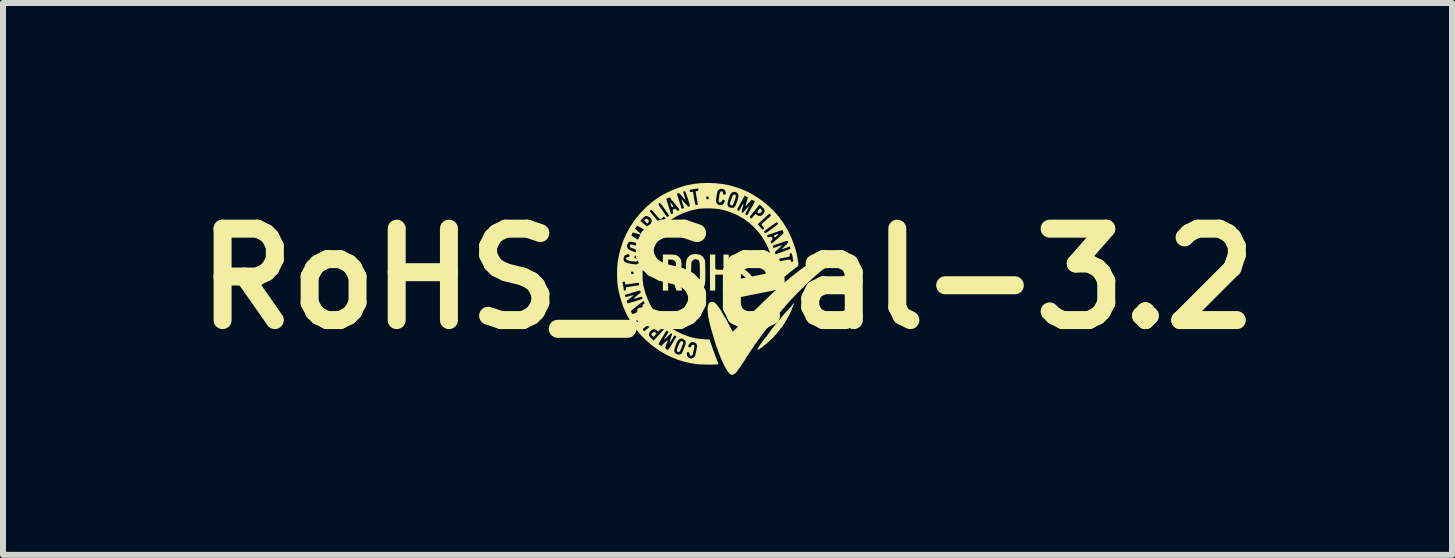
<source format=kicad_pcb>
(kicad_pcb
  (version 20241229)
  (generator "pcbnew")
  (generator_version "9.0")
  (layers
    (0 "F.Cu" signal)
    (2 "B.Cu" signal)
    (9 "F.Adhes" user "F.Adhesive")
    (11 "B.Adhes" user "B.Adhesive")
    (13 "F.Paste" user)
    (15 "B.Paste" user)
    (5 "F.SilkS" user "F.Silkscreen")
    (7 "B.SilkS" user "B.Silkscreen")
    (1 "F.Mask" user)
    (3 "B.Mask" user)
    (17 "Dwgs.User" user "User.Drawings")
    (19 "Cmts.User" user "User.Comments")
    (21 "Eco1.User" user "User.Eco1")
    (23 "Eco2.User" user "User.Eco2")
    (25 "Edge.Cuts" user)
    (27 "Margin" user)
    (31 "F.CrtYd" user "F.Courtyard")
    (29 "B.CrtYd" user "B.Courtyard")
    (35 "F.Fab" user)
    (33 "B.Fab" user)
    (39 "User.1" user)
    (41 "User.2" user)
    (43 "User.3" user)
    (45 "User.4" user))
  (footprint "RoHS_Seal-3.2"
    (layer "F.Cu")
    (at 9.079 1.597)
    (property "Reference" "RoHS_Seal-3.2" (at 0 0 0) (layer "F.SilkS") (effects (font (size 1.524 1.524) (thickness 0.3))))
    (attr board_only exclude_from_pos_files exclude_from_bom)
    (fp_poly (pts (xy -1.522 0.529) (xy -1.525 0.532) (xy -1.529 0.529) (xy -1.525 0.525)) (stroke (width 0) (type solid)) (fill yes) (layer "F.SilkS"))
    (fp_poly (pts (xy 0.485 1.204) (xy 0.481 1.208) (xy 0.478 1.204) (xy 0.481 1.201)) (stroke (width 0) (type solid)) (fill yes) (layer "F.SilkS"))
    (fp_poly (pts (xy -1.452 0.482) (xy -1.447 0.492) (xy -1.447 0.494) (xy -1.453 0.504) (xy -1.468 0.512) (xy -1.488 0.518) (xy -1.5 0.519) (xy -1.512 0.518) (xy -1.512 0.514) (xy -1.504 0.506) (xy -1.483 0.49) (xy -1.465 0.481)) (stroke (width 0) (type solid)) (fill yes) (layer "F.SilkS"))
    (fp_poly (pts (xy -0.949 -1.265) (xy -0.942 -1.259) (xy -0.927 -1.243) (xy -0.913 -1.226) (xy -0.904 -1.212) (xy -0.904 -1.204) (xy -0.908 -1.2) (xy -0.923 -1.195) (xy -0.933 -1.2) (xy -0.941 -1.218) (xy -0.942 -1.222) (xy -0.948 -1.242) (xy -0.953 -1.259) (xy -0.954 -1.261) (xy -0.955 -1.268)) (stroke (width 0) (type solid)) (fill yes) (layer "F.SilkS"))
    (fp_poly (pts (xy 0.846 -0.739) (xy 0.837 -0.727) (xy 0.825 -0.717) (xy 0.808 -0.702) (xy 0.795 -0.692) (xy 0.79 -0.689) (xy 0.784 -0.695) (xy 0.778 -0.703) (xy 0.773 -0.713) (xy 0.773 -0.718) (xy 0.78 -0.723) (xy 0.797 -0.73) (xy 0.804 -0.733) (xy 0.829 -0.741) (xy 0.844 -0.744)) (stroke (width 0) (type solid)) (fill yes) (layer "F.SilkS"))
    (fp_poly (pts (xy -1.198 0.899) (xy -1.183 0.911) (xy -1.208 0.94) (xy -1.223 0.956) (xy -1.233 0.966) (xy -1.237 0.969) (xy -1.244 0.964) (xy -1.254 0.953) (xy -1.255 0.951) (xy -1.265 0.937) (xy -1.269 0.928) (xy -1.269 0.928) (xy -1.265 0.92) (xy -1.256 0.906) (xy -1.255 0.905) (xy -1.237 0.89) (xy -1.218 0.889)) (stroke (width 0) (type solid)) (fill yes) (layer "F.SilkS"))
    (fp_poly (pts (xy 0.559 -1.16) (xy 0.571 -1.14) (xy 0.571 -1.123) (xy 0.559 -1.107) (xy 0.541 -1.095) (xy 0.522 -1.093) (xy 0.506 -1.1) (xy 0.5 -1.11) (xy 0.501 -1.121) (xy 0.51 -1.137) (xy 0.516 -1.143) (xy 0.56 -1.143) (xy 0.563 -1.14) (xy 0.566 -1.143) (xy 0.563 -1.146) (xy 0.56 -1.143) (xy 0.516 -1.143) (xy 0.522 -1.15) (xy 0.545 -1.176)) (stroke (width 0) (type solid)) (fill yes) (layer "F.SilkS"))
    (fp_poly (pts (xy -1.339 -0.998) (xy -1.325 -0.986) (xy -1.314 -0.972) (xy -1.31 -0.962) (xy -1.314 -0.949) (xy -1.322 -0.935) (xy -1.332 -0.924) (xy -1.337 -0.921) (xy -1.344 -0.926) (xy -1.356 -0.938) (xy -1.366 -0.948) (xy -1.376 -0.959) (xy -1.338 -0.959) (xy -1.334 -0.955) (xy -1.331 -0.959) (xy -1.334 -0.962) (xy -1.338 -0.959) (xy -1.376 -0.959) (xy -1.392 -0.975) (xy -1.374 -0.989) (xy -1.36 -0.999) (xy -1.352 -1.003) (xy -1.351 -1.003)) (stroke (width 0) (type solid)) (fill yes) (layer "F.SilkS"))
    (fp_poly (pts (xy -0.205 -0.281) (xy -0.205 -0.236) (xy -0.204 -0.204) (xy -0.203 -0.181) (xy -0.201 -0.167) (xy -0.198 -0.158) (xy -0.195 -0.155) (xy -0.194 -0.154) (xy -0.182 -0.152) (xy -0.161 -0.151) (xy -0.134 -0.15) (xy -0.126 -0.15) (xy -0.068 -0.15) (xy -0.068 -0.403) (xy 0.02 -0.403) (xy 0.02 0.198) (xy -0.068 0.198) (xy -0.068 -0.068) (xy -0.205 -0.068) (xy -0.205 0.198) (xy -0.293 0.198) (xy -0.293 -0.403) (xy -0.205 -0.403)) (stroke (width 0) (type solid)) (fill yes) (layer "F.SilkS"))
    (fp_poly (pts (xy 0.128 -1.401) (xy 0.136 -1.393) (xy 0.139 -1.379) (xy 0.135 -1.357) (xy 0.126 -1.325) (xy 0.119 -1.304) (xy 0.108 -1.272) (xy 0.098 -1.247) (xy 0.089 -1.231) (xy 0.084 -1.226) (xy 0.064 -1.222) (xy 0.049 -1.23) (xy 0.049 -1.23) (xy 0.042 -1.246) (xy 0.043 -1.269) (xy 0.051 -1.292) (xy 0.059 -1.314) (xy 0.068 -1.338) (xy 0.069 -1.341) (xy 0.079 -1.372) (xy 0.09 -1.392) (xy 0.101 -1.402) (xy 0.113 -1.404)) (stroke (width 0) (type solid)) (fill yes) (layer "F.SilkS"))
    (fp_poly (pts (xy -1.583 -0.568) (xy -1.551 -0.558) (xy -1.535 -0.552) (xy -1.501 -0.54) (xy -1.477 -0.53) (xy -1.463 -0.521) (xy -1.456 -0.513) (xy -1.455 -0.503) (xy -1.457 -0.493) (xy -1.464 -0.476) (xy -1.479 -0.471) (xy -1.501 -0.476) (xy -1.514 -0.481) (xy -1.533 -0.488) (xy -1.535 -0.489) (xy -1.561 -0.5) (xy -1.579 -0.507) (xy -1.592 -0.512) (xy -1.604 -0.516) (xy -1.607 -0.517) (xy -1.621 -0.523) (xy -1.627 -0.534) (xy -1.628 -0.547) (xy -1.627 -0.55) (xy -1.601 -0.55) (xy -1.6 -0.546) (xy -1.597 -0.546) (xy -1.591 -0.548) (xy -1.592 -0.55) (xy -1.6 -0.551) (xy -1.601 -0.55) (xy -1.627 -0.55) (xy -1.626 -0.561) (xy -1.619 -0.569) (xy -1.605 -0.572)) (stroke (width 0) (type solid)) (fill yes) (layer "F.SilkS"))
    (fp_poly (pts (xy -0.758 1.04) (xy -0.748 1.046) (xy -0.747 1.051) (xy -0.746 1.058) (xy -0.743 1.059) (xy -0.74 1.066) (xy -0.742 1.081) (xy -0.746 1.098) (xy -0.753 1.112) (xy -0.759 1.119) (xy -0.76 1.119) (xy -0.763 1.122) (xy -0.762 1.123) (xy -0.762 1.132) (xy -0.766 1.147) (xy -0.773 1.165) (xy -0.781 1.181) (xy -0.788 1.189) (xy -0.791 1.194) (xy -0.79 1.194) (xy -0.788 1.199) (xy -0.792 1.208) (xy -0.804 1.219) (xy -0.821 1.221) (xy -0.837 1.214) (xy -0.838 1.213) (xy -0.844 1.205) (xy -0.845 1.194) (xy -0.842 1.177) (xy -0.834 1.153) (xy -0.822 1.121) (xy -0.806 1.084) (xy -0.793 1.059) (xy -0.78 1.045) (xy -0.768 1.039)) (stroke (width 0) (type solid)) (fill yes) (layer "F.SilkS"))
    (fp_poly (pts (xy -0.932 -0.402) (xy -0.895 -0.4) (xy -0.867 -0.396) (xy -0.846 -0.388) (xy -0.828 -0.378) (xy -0.81 -0.364) (xy -0.81 -0.363) (xy -0.791 -0.342) (xy -0.779 -0.32) (xy -0.772 -0.293) (xy -0.768 -0.258) (xy -0.768 -0.229) (xy -0.769 -0.188) (xy -0.773 -0.158) (xy -0.782 -0.135) (xy -0.796 -0.116) (xy -0.816 -0.097) (xy -0.817 -0.096) (xy -0.842 -0.076) (xy -0.8 0.056) (xy -0.787 0.096) (xy -0.776 0.132) (xy -0.767 0.161) (xy -0.76 0.182) (xy -0.758 0.192) (xy -0.757 0.193) (xy -0.764 0.195) (xy -0.78 0.197) (xy -0.803 0.198) (xy -0.805 0.198) (xy -0.852 0.198) (xy -0.881 0.107) (xy -0.896 0.057) (xy -0.909 0.018) (xy -0.919 -0.011) (xy -0.927 -0.03) (xy -0.933 -0.043) (xy -0.937 -0.049) (xy -0.938 -0.049) (xy -0.949 -0.053) (xy -0.967 -0.054) (xy -0.967 -0.054) (xy -0.99 -0.055) (xy -0.99 0.198) (xy -1.078 0.198) (xy -1.078 -0.322) (xy -0.99 -0.322) (xy -0.99 -0.136) (xy -0.952 -0.136) (xy -0.927 -0.138) (xy -0.904 -0.143) (xy -0.895 -0.146) (xy -0.877 -0.161) (xy -0.865 -0.184) (xy -0.86 -0.216) (xy -0.86 -0.232) (xy -0.861 -0.257) (xy -0.865 -0.274) (xy -0.874 -0.288) (xy -0.879 -0.295) (xy -0.892 -0.307) (xy -0.904 -0.314) (xy -0.922 -0.318) (xy -0.944 -0.319) (xy -0.99 -0.322) (xy -1.078 -0.322) (xy -1.078 -0.403) (xy -0.979 -0.403)) (stroke (width 0) (type solid)) (fill yes) (layer "F.SilkS"))
    (fp_poly (pts (xy 0.312 -0.406) (xy 0.352 -0.387) (xy 0.385 -0.356) (xy 0.411 -0.315) (xy 0.419 -0.295) (xy 0.425 -0.277) (xy 0.426 -0.267) (xy 0.421 -0.263) (xy 0.418 -0.262) (xy 0.402 -0.257) (xy 0.389 -0.252) (xy 0.362 -0.245) (xy 0.345 -0.245) (xy 0.337 -0.253) (xy 0.336 -0.258) (xy 0.33 -0.272) (xy 0.317 -0.29) (xy 0.308 -0.301) (xy 0.282 -0.321) (xy 0.258 -0.328) (xy 0.235 -0.321) (xy 0.222 -0.312) (xy 0.205 -0.292) (xy 0.199 -0.27) (xy 0.204 -0.245) (xy 0.221 -0.217) (xy 0.25 -0.186) (xy 0.29 -0.15) (xy 0.301 -0.14) (xy 0.34 -0.109) (xy 0.368 -0.084) (xy 0.389 -0.061) (xy 0.404 -0.041) (xy 0.415 -0.02) (xy 0.42 -0.007) (xy 0.427 0.026) (xy 0.429 0.063) (xy 0.426 0.097) (xy 0.419 0.12) (xy 0.401 0.146) (xy 0.376 0.171) (xy 0.348 0.19) (xy 0.33 0.197) (xy 0.31 0.201) (xy 0.284 0.203) (xy 0.257 0.204) (xy 0.234 0.203) (xy 0.222 0.201) (xy 0.21 0.198) (xy 0.196 0.195) (xy 0.17 0.183) (xy 0.144 0.161) (xy 0.121 0.132) (xy 0.103 0.098) (xy 0.092 0.064) (xy 0.091 0.06) (xy 0.087 0.036) (xy 0.125 0.025) (xy 0.151 0.017) (xy 0.167 0.015) (xy 0.174 0.016) (xy 0.177 0.023) (xy 0.177 0.028) (xy 0.183 0.049) (xy 0.196 0.073) (xy 0.213 0.095) (xy 0.232 0.111) (xy 0.234 0.112) (xy 0.263 0.119) (xy 0.29 0.116) (xy 0.311 0.103) (xy 0.327 0.083) (xy 0.335 0.058) (xy 0.334 0.031) (xy 0.322 0.003) (xy 0.319 -0.001) (xy 0.308 -0.013) (xy 0.289 -0.031) (xy 0.265 -0.052) (xy 0.243 -0.07) (xy 0.201 -0.104) (xy 0.168 -0.133) (xy 0.145 -0.158) (xy 0.128 -0.181) (xy 0.117 -0.203) (xy 0.112 -0.218) (xy 0.104 -0.265) (xy 0.11 -0.309) (xy 0.126 -0.345) (xy 0.149 -0.374) (xy 0.18 -0.395) (xy 0.221 -0.409) (xy 0.268 -0.414)) (stroke (width 0) (type solid)) (fill yes) (layer "F.SilkS"))
    (fp_poly (pts (xy -0.485 -0.407) (xy -0.445 -0.394) (xy -0.414 -0.37) (xy -0.39 -0.336) (xy -0.384 -0.324) (xy -0.38 -0.314) (xy -0.377 -0.301) (xy -0.375 -0.283) (xy -0.373 -0.26) (xy -0.372 -0.228) (xy -0.371 -0.187) (xy -0.37 -0.134) (xy -0.37 -0.129) (xy -0.369 -0.064) (xy -0.37 -0.011) (xy -0.371 0.032) (xy -0.374 0.066) (xy -0.378 0.093) (xy -0.384 0.115) (xy -0.392 0.133) (xy -0.4 0.145) (xy -0.426 0.173) (xy -0.461 0.192) (xy -0.504 0.203) (xy -0.532 0.204) (xy -0.559 0.203) (xy -0.584 0.199) (xy -0.598 0.196) (xy -0.636 0.174) (xy -0.666 0.143) (xy -0.677 0.124) (xy -0.682 0.113) (xy -0.686 0.103) (xy -0.688 0.09) (xy -0.691 0.073) (xy -0.692 0.051) (xy -0.693 0.021) (xy -0.694 -0.019) (xy -0.695 -0.07) (xy -0.695 -0.074) (xy -0.607 -0.074) (xy -0.606 -0.032) (xy -0.605 0.005) (xy -0.604 0.034) (xy -0.602 0.053) (xy -0.602 0.055) (xy -0.591 0.086) (xy -0.572 0.107) (xy -0.552 0.115) (xy -0.52 0.116) (xy -0.493 0.106) (xy -0.474 0.086) (xy -0.469 0.078) (xy -0.466 0.069) (xy -0.464 0.056) (xy -0.462 0.038) (xy -0.461 0.013) (xy -0.461 -0.021) (xy -0.461 -0.066) (xy -0.461 -0.099) (xy -0.461 -0.157) (xy -0.462 -0.203) (xy -0.463 -0.238) (xy -0.466 -0.265) (xy -0.47 -0.285) (xy -0.476 -0.298) (xy -0.484 -0.308) (xy -0.495 -0.315) (xy -0.499 -0.318) (xy -0.528 -0.326) (xy -0.556 -0.323) (xy -0.58 -0.308) (xy -0.597 -0.285) (xy -0.6 -0.275) (xy -0.602 -0.26) (xy -0.604 -0.234) (xy -0.605 -0.2) (xy -0.606 -0.16) (xy -0.607 -0.117) (xy -0.607 -0.074) (xy -0.695 -0.074) (xy -0.695 -0.08) (xy -0.695 -0.144) (xy -0.695 -0.196) (xy -0.694 -0.237) (xy -0.691 -0.27) (xy -0.687 -0.296) (xy -0.681 -0.317) (xy -0.674 -0.335) (xy -0.664 -0.351) (xy -0.66 -0.356) (xy -0.635 -0.383) (xy -0.607 -0.4) (xy -0.573 -0.409) (xy -0.534 -0.411)) (stroke (width 0) (type solid)) (fill yes) (layer "F.SilkS"))
    (fp_poly (pts (xy 1.108 0.415) (xy 1.106 0.425) (xy 1.099 0.436) (xy 1.093 0.439) (xy 1.089 0.443) (xy 1.09 0.451) (xy 1.09 0.466) (xy 1.087 0.473) (xy 1.08 0.484) (xy 1.073 0.503) (xy 1.071 0.508) (xy 1.065 0.525) (xy 1.055 0.549) (xy 1.043 0.575) (xy 1.03 0.602) (xy 1.018 0.625) (xy 1.009 0.641) (xy 1.004 0.648) (xy 0.998 0.656) (xy 0.991 0.672) (xy 0.99 0.674) (xy 0.983 0.689) (xy 0.976 0.696) (xy 0.975 0.696) (xy 0.969 0.701) (xy 0.969 0.705) (xy 0.965 0.714) (xy 0.956 0.731) (xy 0.942 0.753) (xy 0.927 0.776) (xy 0.912 0.797) (xy 0.899 0.815) (xy 0.889 0.824) (xy 0.887 0.826) (xy 0.881 0.831) (xy 0.88 0.834) (xy 0.876 0.843) (xy 0.865 0.858) (xy 0.849 0.878) (xy 0.831 0.9) (xy 0.814 0.92) (xy 0.798 0.937) (xy 0.787 0.947) (xy 0.784 0.949) (xy 0.779 0.954) (xy 0.778 0.958) (xy 0.773 0.967) (xy 0.761 0.982) (xy 0.745 0.997) (xy 0.705 1.033) (xy 0.674 1.061) (xy 0.652 1.081) (xy 0.636 1.095) (xy 0.626 1.102) (xy 0.621 1.105) (xy 0.621 1.106) (xy 0.613 1.11) (xy 0.6 1.121) (xy 0.591 1.129) (xy 0.575 1.143) (xy 0.563 1.152) (xy 0.559 1.153) (xy 0.55 1.158) (xy 0.539 1.167) (xy 0.526 1.176) (xy 0.511 1.18) (xy 0.501 1.179) (xy 0.498 1.174) (xy 0.502 1.166) (xy 0.503 1.164) (xy 0.505 1.164) (xy 0.508 1.167) (xy 0.512 1.164) (xy 0.508 1.16) (xy 0.505 1.164) (xy 0.503 1.164) (xy 0.512 1.149) (xy 0.527 1.126) (xy 0.545 1.099) (xy 0.546 1.098) (xy 0.576 1.056) (xy 0.598 1.024) (xy 0.615 1.001) (xy 0.628 0.985) (xy 0.636 0.976) (xy 0.643 0.971) (xy 0.647 0.969) (xy 0.653 0.966) (xy 0.652 0.963) (xy 0.655 0.956) (xy 0.665 0.941) (xy 0.679 0.919) (xy 0.698 0.893) (xy 0.718 0.865) (xy 0.739 0.838) (xy 0.759 0.813) (xy 0.776 0.792) (xy 0.776 0.791) (xy 0.784 0.782) (xy 0.798 0.765) (xy 0.816 0.742) (xy 0.83 0.725) (xy 0.849 0.702) (xy 0.865 0.683) (xy 0.877 0.672) (xy 0.881 0.669) (xy 0.887 0.663) (xy 0.887 0.661) (xy 0.891 0.653) (xy 0.893 0.652) (xy 0.901 0.652) (xy 0.904 0.655) (xy 0.908 0.652) (xy 0.904 0.648) (xy 0.901 0.652) (xy 0.893 0.652) (xy 0.903 0.637) (xy 0.921 0.616) (xy 0.942 0.591) (xy 0.966 0.564) (xy 0.99 0.537) (xy 1.013 0.512) (xy 1.033 0.491) (xy 1.049 0.476) (xy 1.058 0.469) (xy 1.059 0.469) (xy 1.064 0.469) (xy 1.063 0.466) (xy 1.064 0.458) (xy 1.072 0.444) (xy 1.084 0.428) (xy 1.096 0.416) (xy 1.105 0.41) (xy 1.106 0.409)) (stroke (width 0) (type solid)) (fill yes) (layer "F.SilkS"))
    (fp_poly (pts (xy 1.831 -0.444) (xy 1.846 -0.422) (xy 1.848 -0.401) (xy 1.84 -0.377) (xy 1.84 -0.377) (xy 1.827 -0.359) (xy 1.805 -0.335) (xy 1.775 -0.307) (xy 1.74 -0.276) (xy 1.701 -0.243) (xy 1.659 -0.211) (xy 1.655 -0.208) (xy 1.632 -0.19) (xy 1.61 -0.173) (xy 1.585 -0.151) (xy 1.57 -0.139) (xy 1.554 -0.125) (xy 1.531 -0.105) (xy 1.506 -0.083) (xy 1.495 -0.074) (xy 1.467 -0.051) (xy 1.443 -0.03) (xy 1.42 -0.01) (xy 1.397 0.012) (xy 1.372 0.035) (xy 1.343 0.063) (xy 1.309 0.096) (xy 1.269 0.136) (xy 1.225 0.179) (xy 1.183 0.221) (xy 1.141 0.264) (xy 1.101 0.306) (xy 1.064 0.345) (xy 1.033 0.378) (xy 1.009 0.405) (xy 1.007 0.407) (xy 0.981 0.436) (xy 0.958 0.463) (xy 0.939 0.485) (xy 0.926 0.5) (xy 0.923 0.504) (xy 0.91 0.518) (xy 0.893 0.538) (xy 0.879 0.555) (xy 0.863 0.574) (xy 0.849 0.589) (xy 0.843 0.597) (xy 0.835 0.606) (xy 0.822 0.622) (xy 0.809 0.638) (xy 0.794 0.657) (xy 0.781 0.672) (xy 0.775 0.68) (xy 0.767 0.689) (xy 0.754 0.705) (xy 0.744 0.717) (xy 0.726 0.738) (xy 0.708 0.76) (xy 0.701 0.768) (xy 0.69 0.783) (xy 0.683 0.795) (xy 0.682 0.797) (xy 0.678 0.806) (xy 0.676 0.806) (xy 0.67 0.813) (xy 0.656 0.83) (xy 0.635 0.857) (xy 0.607 0.894) (xy 0.573 0.939) (xy 0.541 0.982) (xy 0.529 0.999) (xy 0.514 1.018) (xy 0.512 1.021) (xy 0.496 1.042) (xy 0.48 1.065) (xy 0.478 1.068) (xy 0.465 1.085) (xy 0.455 1.099) (xy 0.453 1.101) (xy 0.445 1.113) (xy 0.435 1.13) (xy 0.434 1.131) (xy 0.424 1.148) (xy 0.415 1.161) (xy 0.415 1.161) (xy 0.408 1.17) (xy 0.395 1.188) (xy 0.379 1.213) (xy 0.362 1.239) (xy 0.345 1.265) (xy 0.33 1.288) (xy 0.319 1.303) (xy 0.313 1.309) (xy 0.307 1.317) (xy 0.307 1.319) (xy 0.303 1.329) (xy 0.293 1.347) (xy 0.277 1.373) (xy 0.257 1.403) (xy 0.235 1.436) (xy 0.212 1.47) (xy 0.189 1.503) (xy 0.167 1.533) (xy 0.155 1.549) (xy 0.133 1.573) (xy 0.108 1.591) (xy 0.085 1.602) (xy 0.074 1.604) (xy 0.062 1.6) (xy 0.046 1.591) (xy 0.045 1.591) (xy 0.023 1.571) (xy -0.001 1.539) (xy -0.028 1.496) (xy -0.056 1.443) (xy -0.086 1.381) (xy -0.116 1.313) (xy -0.145 1.237) (xy -0.175 1.157) (xy -0.203 1.073) (xy -0.222 1.01) (xy -0.234 0.969) (xy -0.247 0.927) (xy -0.258 0.888) (xy -0.267 0.857) (xy -0.269 0.852) (xy -0.291 0.772) (xy -0.309 0.696) (xy -0.322 0.625) (xy -0.329 0.562) (xy -0.332 0.508) (xy -0.329 0.464) (xy -0.328 0.459) (xy -0.317 0.424) (xy -0.3 0.399) (xy -0.277 0.386) (xy -0.25 0.384) (xy -0.226 0.392) (xy -0.204 0.408) (xy -0.179 0.434) (xy -0.151 0.47) (xy -0.121 0.512) (xy -0.092 0.56) (xy -0.082 0.578) (xy -0.073 0.594) (xy -0.06 0.616) (xy -0.047 0.638) (xy -0.034 0.66) (xy -0.019 0.685) (xy -0.003 0.716) (xy 0.018 0.754) (xy 0.043 0.801) (xy 0.06 0.834) (xy 0.072 0.856) (xy 0.083 0.872) (xy 0.089 0.879) (xy 0.09 0.879) (xy 0.095 0.874) (xy 0.11 0.86) (xy 0.132 0.839) (xy 0.161 0.811) (xy 0.197 0.777) (xy 0.237 0.738) (xy 0.281 0.694) (xy 0.328 0.648) (xy 0.336 0.641) (xy 0.41 0.568) (xy 0.476 0.504) (xy 0.534 0.448) (xy 0.584 0.398) (xy 0.629 0.355) (xy 0.669 0.317) (xy 0.705 0.283) (xy 0.737 0.253) (xy 0.767 0.225) (xy 0.778 0.215) (xy 0.82 0.176) (xy 0.854 0.145) (xy 0.881 0.12) (xy 0.902 0.101) (xy 0.919 0.086) (xy 0.934 0.074) (xy 0.948 0.062) (xy 0.962 0.051) (xy 0.962 0.051) (xy 0.99 0.029) (xy 1.021 0.004) (xy 1.049 -0.02) (xy 1.05 -0.021) (xy 1.078 -0.044) (xy 1.111 -0.07) (xy 1.151 -0.101) (xy 1.199 -0.138) (xy 1.225 -0.157) (xy 1.247 -0.173) (xy 1.277 -0.195) (xy 1.311 -0.219) (xy 1.347 -0.245) (xy 1.382 -0.269) (xy 1.412 -0.29) (xy 1.435 -0.305) (xy 1.44 -0.308) (xy 1.482 -0.335) (xy 1.515 -0.356) (xy 1.545 -0.373) (xy 1.573 -0.389) (xy 1.604 -0.405) (xy 1.63 -0.419) (xy 1.665 -0.436) (xy 1.691 -0.447) (xy 1.713 -0.455) (xy 1.734 -0.459) (xy 1.757 -0.462) (xy 1.76 -0.462) (xy 1.813 -0.466)) (stroke (width 0) (type solid)) (fill yes) (layer "F.SilkS"))
    (fp_poly (pts (xy -0.208 -1.593) (xy -0.089 -1.58) (xy 0.024 -1.559) (xy 0.068 -1.548) (xy 0.114 -1.535) (xy 0.163 -1.518) (xy 0.215 -1.5) (xy 0.265 -1.48) (xy 0.311 -1.461) (xy 0.351 -1.442) (xy 0.381 -1.426) (xy 0.387 -1.422) (xy 0.402 -1.413) (xy 0.423 -1.401) (xy 0.435 -1.394) (xy 0.51 -1.348) (xy 0.588 -1.292) (xy 0.666 -1.228) (xy 0.741 -1.159) (xy 0.81 -1.087) (xy 0.861 -1.027) (xy 0.939 -0.919) (xy 1.008 -0.801) (xy 1.067 -0.678) (xy 1.116 -0.549) (xy 1.152 -0.419) (xy 1.17 -0.328) (xy 1.176 -0.287) (xy 1.18 -0.257) (xy 1.18 -0.236) (xy 1.177 -0.22) (xy 1.17 -0.209) (xy 1.158 -0.198) (xy 1.148 -0.191) (xy 1.118 -0.168) (xy 1.08 -0.139) (xy 1.036 -0.104) (xy 0.988 -0.065) (xy 0.939 -0.024) (xy 0.889 0.018) (xy 0.843 0.058) (xy 0.801 0.094) (xy 0.779 0.114) (xy 0.764 0.127) (xy 0.753 0.135) (xy 0.75 0.136) (xy 0.75 0.13) (xy 0.751 0.114) (xy 0.754 0.09) (xy 0.756 0.077) (xy 0.76 0.036) (xy 0.763 -0.014) (xy 0.765 -0.068) (xy 0.764 -0.123) (xy 0.763 -0.174) (xy 0.759 -0.217) (xy 0.757 -0.23) (xy 0.741 -0.312) (xy 0.818 -0.312) (xy 0.821 -0.302) (xy 0.825 -0.294) (xy 0.83 -0.29) (xy 0.838 -0.289) (xy 0.852 -0.289) (xy 0.874 -0.293) (xy 0.906 -0.299) (xy 0.926 -0.302) (xy 0.97 -0.311) (xy 1.002 -0.316) (xy 1.024 -0.319) (xy 1.039 -0.32) (xy 1.047 -0.317) (xy 1.052 -0.311) (xy 1.055 -0.303) (xy 1.055 -0.3) (xy 1.06 -0.285) (xy 1.069 -0.281) (xy 1.077 -0.281) (xy 1.089 -0.284) (xy 1.094 -0.292) (xy 1.094 -0.307) (xy 1.091 -0.326) (xy 1.087 -0.352) (xy 1.081 -0.38) (xy 1.075 -0.405) (xy 1.071 -0.419) (xy 1.066 -0.425) (xy 1.058 -0.425) (xy 1.052 -0.424) (xy 1.04 -0.419) (xy 1.036 -0.409) (xy 1.036 -0.394) (xy 1.037 -0.386) (xy 1.037 -0.38) (xy 1.035 -0.375) (xy 1.029 -0.37) (xy 1.018 -0.366) (xy 0.999 -0.361) (xy 0.971 -0.356) (xy 0.933 -0.348) (xy 0.896 -0.341) (xy 0.86 -0.333) (xy 0.836 -0.327) (xy 0.823 -0.32) (xy 0.818 -0.312) (xy 0.741 -0.312) (xy 0.733 -0.353) (xy 0.696 -0.47) (xy 0.663 -0.544) (xy 0.754 -0.544) (xy 0.755 -0.537) (xy 0.755 -0.536) (xy 0.76 -0.522) (xy 0.764 -0.517) (xy 0.772 -0.517) (xy 0.79 -0.521) (xy 0.815 -0.528) (xy 0.836 -0.536) (xy 0.864 -0.546) (xy 0.886 -0.553) (xy 0.901 -0.557) (xy 0.906 -0.557) (xy 0.902 -0.552) (xy 0.891 -0.539) (xy 0.874 -0.523) (xy 0.853 -0.504) (xy 0.832 -0.484) (xy 0.812 -0.467) (xy 0.796 -0.453) (xy 0.786 -0.447) (xy 0.787 -0.44) (xy 0.791 -0.428) (xy 0.796 -0.416) (xy 0.8 -0.41) (xy 0.8 -0.409) (xy 0.807 -0.412) (xy 0.825 -0.417) (xy 0.849 -0.426) (xy 0.878 -0.436) (xy 0.908 -0.446) (xy 0.934 -0.455) (xy 0.952 -0.462) (xy 0.959 -0.465) (xy 0.969 -0.469) (xy 0.987 -0.476) (xy 1.003 -0.481) (xy 1.028 -0.49) (xy 1.043 -0.497) (xy 1.048 -0.504) (xy 1.047 -0.514) (xy 1.045 -0.52) (xy 1.038 -0.538) (xy 0.992 -0.521) (xy 0.956 -0.508) (xy 0.932 -0.5) (xy 0.917 -0.496) (xy 0.909 -0.495) (xy 0.908 -0.496) (xy 0.912 -0.502) (xy 0.925 -0.516) (xy 0.944 -0.533) (xy 0.959 -0.548) (xy 0.985 -0.573) (xy 1.001 -0.592) (xy 1.009 -0.606) (xy 1.01 -0.612) (xy 1.008 -0.624) (xy 1 -0.631) (xy 0.985 -0.63) (xy 0.96 -0.624) (xy 0.941 -0.617) (xy 0.912 -0.607) (xy 0.876 -0.594) (xy 0.838 -0.581) (xy 0.821 -0.575) (xy 0.79 -0.564) (xy 0.77 -0.556) (xy 0.759 -0.549) (xy 0.754 -0.544) (xy 0.663 -0.544) (xy 0.646 -0.581) (xy 0.585 -0.685) (xy 0.558 -0.722) (xy 0.659 -0.722) (xy 0.661 -0.71) (xy 0.663 -0.706) (xy 0.673 -0.693) (xy 0.685 -0.692) (xy 0.685 -0.692) (xy 0.71 -0.698) (xy 0.726 -0.701) (xy 0.734 -0.699) (xy 0.739 -0.694) (xy 0.743 -0.686) (xy 0.749 -0.668) (xy 0.748 -0.655) (xy 0.737 -0.642) (xy 0.733 -0.638) (xy 0.721 -0.625) (xy 0.718 -0.615) (xy 0.722 -0.604) (xy 0.73 -0.591) (xy 0.735 -0.587) (xy 0.742 -0.591) (xy 0.757 -0.603) (xy 0.779 -0.621) (xy 0.806 -0.644) (xy 0.836 -0.67) (xy 0.866 -0.696) (xy 0.893 -0.72) (xy 0.914 -0.74) (xy 0.928 -0.755) (xy 0.934 -0.761) (xy 0.932 -0.771) (xy 0.927 -0.786) (xy 0.92 -0.801) (xy 0.914 -0.811) (xy 0.912 -0.812) (xy 0.905 -0.81) (xy 0.888 -0.804) (xy 0.863 -0.796) (xy 0.832 -0.785) (xy 0.798 -0.774) (xy 0.764 -0.762) (xy 0.73 -0.75) (xy 0.701 -0.74) (xy 0.678 -0.732) (xy 0.664 -0.727) (xy 0.664 -0.727) (xy 0.659 -0.722) (xy 0.558 -0.722) (xy 0.512 -0.783) (xy 0.509 -0.786) (xy 0.61 -0.786) (xy 0.613 -0.775) (xy 0.615 -0.772) (xy 0.625 -0.761) (xy 0.631 -0.758) (xy 0.639 -0.762) (xy 0.655 -0.772) (xy 0.679 -0.789) (xy 0.707 -0.809) (xy 0.73 -0.826) (xy 0.769 -0.855) (xy 0.799 -0.877) (xy 0.82 -0.893) (xy 0.833 -0.904) (xy 0.841 -0.912) (xy 0.843 -0.917) (xy 0.842 -0.921) (xy 0.839 -0.925) (xy 0.836 -0.929) (xy 0.825 -0.939) (xy 0.818 -0.942) (xy 0.811 -0.938) (xy 0.796 -0.927) (xy 0.773 -0.912) (xy 0.747 -0.893) (xy 0.718 -0.872) (xy 0.689 -0.851) (xy 0.662 -0.831) (xy 0.639 -0.813) (xy 0.622 -0.8) (xy 0.615 -0.795) (xy 0.61 -0.786) (xy 0.509 -0.786) (xy 0.428 -0.873) (xy 0.387 -0.909) (xy 0.502 -0.909) (xy 0.542 -0.864) (xy 0.56 -0.844) (xy 0.575 -0.828) (xy 0.585 -0.82) (xy 0.587 -0.819) (xy 0.595 -0.823) (xy 0.603 -0.831) (xy 0.609 -0.839) (xy 0.609 -0.847) (xy 0.601 -0.858) (xy 0.59 -0.872) (xy 0.577 -0.888) (xy 0.569 -0.901) (xy 0.567 -0.905) (xy 0.572 -0.912) (xy 0.586 -0.925) (xy 0.606 -0.945) (xy 0.631 -0.968) (xy 0.648 -0.983) (xy 0.678 -1.01) (xy 0.699 -1.029) (xy 0.712 -1.043) (xy 0.719 -1.053) (xy 0.722 -1.06) (xy 0.72 -1.066) (xy 0.718 -1.07) (xy 0.708 -1.081) (xy 0.702 -1.085) (xy 0.694 -1.081) (xy 0.679 -1.069) (xy 0.658 -1.051) (xy 0.633 -1.029) (xy 0.626 -1.022) (xy 0.598 -0.996) (xy 0.571 -0.971) (xy 0.547 -0.95) (xy 0.531 -0.935) (xy 0.53 -0.934) (xy 0.502 -0.909) (xy 0.387 -0.909) (xy 0.358 -0.935) (xy 0.265 -1.003) (xy 0.215 -1.031) (xy 0.371 -1.031) (xy 0.371 -1.026) (xy 0.375 -1.021) (xy 0.379 -1.017) (xy 0.39 -1.007) (xy 0.396 -1.003) (xy 0.402 -1.008) (xy 0.414 -1.021) (xy 0.43 -1.039) (xy 0.431 -1.041) (xy 0.446 -1.059) (xy 0.459 -1.073) (xy 0.466 -1.078) (xy 0.466 -1.078) (xy 0.475 -1.074) (xy 0.489 -1.065) (xy 0.494 -1.061) (xy 0.521 -1.046) (xy 0.546 -1.045) (xy 0.572 -1.057) (xy 0.587 -1.07) (xy 0.609 -1.097) (xy 0.619 -1.123) (xy 0.616 -1.148) (xy 0.601 -1.174) (xy 0.572 -1.203) (xy 0.564 -1.21) (xy 0.534 -1.235) (xy 0.504 -1.199) (xy 0.488 -1.179) (xy 0.474 -1.163) (xy 0.466 -1.153) (xy 0.458 -1.143) (xy 0.444 -1.126) (xy 0.427 -1.105) (xy 0.422 -1.099) (xy 0.399 -1.071) (xy 0.384 -1.052) (xy 0.374 -1.039) (xy 0.371 -1.031) (xy 0.215 -1.031) (xy 0.162 -1.061) (xy 0.052 -1.108) (xy -0.066 -1.145) (xy -0.099 -1.153) (xy 0.163 -1.153) (xy 0.164 -1.146) (xy 0.167 -1.142) (xy 0.168 -1.142) (xy 0.181 -1.134) (xy 0.188 -1.133) (xy 0.194 -1.138) (xy 0.205 -1.154) (xy 0.218 -1.175) (xy 0.224 -1.187) (xy 0.242 -1.22) (xy 0.255 -1.241) (xy 0.263 -1.249) (xy 0.265 -1.244) (xy 0.262 -1.227) (xy 0.255 -1.196) (xy 0.249 -1.176) (xy 0.239 -1.139) (xy 0.236 -1.113) (xy 0.238 -1.1) (xy 0.247 -1.099) (xy 0.263 -1.11) (xy 0.286 -1.132) (xy 0.301 -1.149) (xy 0.327 -1.178) (xy 0.344 -1.196) (xy 0.354 -1.203) (xy 0.356 -1.2) (xy 0.35 -1.185) (xy 0.338 -1.16) (xy 0.329 -1.145) (xy 0.313 -1.115) (xy 0.303 -1.095) (xy 0.299 -1.082) (xy 0.298 -1.074) (xy 0.301 -1.069) (xy 0.304 -1.067) (xy 0.316 -1.06) (xy 0.326 -1.06) (xy 0.336 -1.07) (xy 0.348 -1.091) (xy 0.351 -1.097) (xy 0.37 -1.132) (xy 0.392 -1.173) (xy 0.417 -1.217) (xy 0.44 -1.259) (xy 0.441 -1.26) (xy 0.457 -1.289) (xy 0.433 -1.303) (xy 0.416 -1.312) (xy 0.405 -1.317) (xy 0.403 -1.317) (xy 0.396 -1.312) (xy 0.383 -1.299) (xy 0.366 -1.279) (xy 0.351 -1.262) (xy 0.332 -1.24) (xy 0.316 -1.223) (xy 0.305 -1.214) (xy 0.302 -1.213) (xy 0.303 -1.223) (xy 0.307 -1.242) (xy 0.314 -1.268) (xy 0.32 -1.287) (xy 0.328 -1.315) (xy 0.335 -1.337) (xy 0.339 -1.351) (xy 0.339 -1.355) (xy 0.333 -1.358) (xy 0.319 -1.366) (xy 0.312 -1.37) (xy 0.287 -1.385) (xy 0.27 -1.356) (xy 0.261 -1.34) (xy 0.247 -1.314) (xy 0.229 -1.283) (xy 0.211 -1.249) (xy 0.205 -1.239) (xy 0.186 -1.204) (xy 0.173 -1.18) (xy 0.166 -1.163) (xy 0.163 -1.153) (xy -0.099 -1.153) (xy -0.104 -1.154) (xy -0.15 -1.162) (xy -0.206 -1.168) (xy -0.267 -1.172) (xy -0.331 -1.173) (xy -0.393 -1.172) (xy -0.449 -1.169) (xy -0.492 -1.164) (xy -0.614 -1.137) (xy -0.73 -1.098) (xy -0.839 -1.048) (xy -0.94 -0.987) (xy -1.034 -0.916) (xy -1.119 -0.835) (xy -1.195 -0.745) (xy -1.261 -0.647) (xy -1.317 -0.542) (xy -1.362 -0.429) (xy -1.395 -0.309) (xy -1.4 -0.285) (xy -1.408 -0.234) (xy -1.413 -0.175) (xy -1.416 -0.11) (xy -1.416 -0.044) (xy -1.414 0.018) (xy -1.408 0.074) (xy -1.404 0.106) (xy -1.374 0.225) (xy -1.333 0.338) (xy -1.282 0.446) (xy -1.219 0.546) (xy -1.148 0.637) (xy -1.113 0.675) (xy -1.069 0.719) (xy -1.031 0.754) (xy -0.994 0.785) (xy -0.957 0.812) (xy -0.916 0.838) (xy -0.867 0.867) (xy -0.858 0.872) (xy -0.751 0.925) (xy -0.642 0.965) (xy -0.53 0.993) (xy -0.413 1.007) (xy -0.387 1.009) (xy -0.299 1.013) (xy -0.263 1.119) (xy -0.244 1.175) (xy -0.224 1.23) (xy -0.205 1.282) (xy -0.187 1.328) (xy -0.172 1.366) (xy -0.16 1.393) (xy -0.16 1.394) (xy -0.153 1.411) (xy -0.152 1.423) (xy -0.153 1.424) (xy -0.162 1.427) (xy -0.183 1.429) (xy -0.212 1.43) (xy -0.249 1.431) (xy -0.291 1.431) (xy -0.335 1.431) (xy -0.38 1.43) (xy -0.424 1.429) (xy -0.463 1.427) (xy -0.496 1.425) (xy -0.521 1.423) (xy -0.522 1.423) (xy -0.638 1.403) (xy -0.745 1.377) (xy -0.848 1.343) (xy -0.949 1.301) (xy -1.017 1.268) (xy -1.14 1.197) (xy -1.145 1.193) (xy -0.888 1.193) (xy -0.885 1.218) (xy -0.875 1.237) (xy -0.873 1.239) (xy -0.849 1.257) (xy -0.821 1.265) (xy -0.794 1.263) (xy -0.77 1.25) (xy -0.769 1.249) (xy -0.763 1.241) (xy -0.679 1.241) (xy -0.679 1.268) (xy -0.668 1.294) (xy -0.65 1.314) (xy -0.64 1.32) (xy -0.615 1.329) (xy -0.594 1.329) (xy -0.572 1.32) (xy -0.56 1.312) (xy -0.55 1.3) (xy -0.541 1.282) (xy -0.533 1.256) (xy -0.525 1.22) (xy -0.519 1.193) (xy -0.513 1.16) (xy -0.509 1.137) (xy -0.508 1.121) (xy -0.51 1.109) (xy -0.514 1.097) (xy -0.514 1.096) (xy -0.527 1.075) (xy -0.545 1.063) (xy -0.572 1.056) (xy -0.577 1.055) (xy -0.595 1.055) (xy -0.61 1.062) (xy -0.625 1.074) (xy -0.641 1.092) (xy -0.651 1.111) (xy -0.652 1.117) (xy -0.654 1.132) (xy -0.648 1.139) (xy -0.638 1.142) (xy -0.624 1.145) (xy -0.618 1.145) (xy -0.606 1.12) (xy -0.593 1.106) (xy -0.579 1.1) (xy -0.578 1.1) (xy -0.561 1.102) (xy -0.555 1.109) (xy -0.554 1.122) (xy -0.556 1.145) (xy -0.56 1.174) (xy -0.567 1.206) (xy -0.574 1.237) (xy -0.578 1.251) (xy -0.584 1.27) (xy -0.591 1.28) (xy -0.6 1.282) (xy -0.609 1.282) (xy -0.624 1.279) (xy -0.631 1.271) (xy -0.633 1.254) (xy -0.633 1.254) (xy -0.636 1.237) (xy -0.639 1.229) (xy -0.64 1.228) (xy -0.65 1.227) (xy -0.66 1.224) (xy -0.671 1.224) (xy -0.677 1.233) (xy -0.679 1.241) (xy -0.763 1.241) (xy -0.76 1.236) (xy -0.748 1.213) (xy -0.735 1.184) (xy -0.722 1.152) (xy -0.71 1.12) (xy -0.701 1.092) (xy -0.697 1.071) (xy -0.696 1.065) (xy -0.701 1.04) (xy -0.711 1.026) (xy -0.74 1.005) (xy -0.766 0.996) (xy -0.791 1.001) (xy -0.815 1.019) (xy -0.82 1.024) (xy -0.834 1.041) (xy -0.844 1.054) (xy -0.846 1.06) (xy -0.849 1.07) (xy -0.855 1.088) (xy -0.864 1.113) (xy -0.867 1.119) (xy -0.882 1.16) (xy -0.888 1.193) (xy -1.145 1.193) (xy -1.255 1.115) (xy -1.282 1.092) (xy -1.15 1.092) (xy -1.15 1.092) (xy -1.141 1.1) (xy -1.126 1.109) (xy -1.125 1.11) (xy -1.104 1.12) (xy -1.05 1.067) (xy -1.029 1.047) (xy -1.011 1.031) (xy -1 1.023) (xy -0.996 1.022) (xy -0.999 1.032) (xy -1.005 1.051) (xy -1.014 1.076) (xy -1.019 1.091) (xy -1.029 1.118) (xy -1.035 1.14) (xy -1.038 1.155) (xy -1.038 1.158) (xy -1.028 1.168) (xy -1.013 1.178) (xy -0.999 1.186) (xy -0.993 1.187) (xy -0.988 1.182) (xy -0.976 1.166) (xy -0.96 1.143) (xy -0.941 1.113) (xy -0.92 1.079) (xy -0.92 1.079) (xy -0.899 1.044) (xy -0.88 1.013) (xy -0.866 0.988) (xy -0.856 0.971) (xy -0.853 0.964) (xy -0.859 0.957) (xy -0.87 0.95) (xy -0.877 0.947) (xy -0.884 0.948) (xy -0.891 0.955) (xy -0.901 0.969) (xy -0.915 0.992) (xy -0.925 1.008) (xy -0.941 1.033) (xy -0.954 1.053) (xy -0.963 1.066) (xy -0.967 1.069) (xy -0.966 1.062) (xy -0.962 1.044) (xy -0.955 1.02) (xy -0.946 0.991) (xy -0.936 0.961) (xy -0.926 0.932) (xy -0.923 0.924) (xy -0.926 0.915) (xy -0.932 0.912) (xy -0.941 0.912) (xy -0.954 0.92) (xy -0.972 0.936) (xy -0.998 0.961) (xy -1.001 0.964) (xy -1.023 0.985) (xy -1.041 1.001) (xy -1.053 1.011) (xy -1.058 1.013) (xy -1.058 1.013) (xy -1.054 1.004) (xy -1.045 0.988) (xy -1.035 0.972) (xy -1.02 0.948) (xy -1.005 0.924) (xy -0.993 0.904) (xy -0.985 0.889) (xy -0.983 0.884) (xy -0.988 0.879) (xy -0.999 0.871) (xy -1.008 0.866) (xy -1.015 0.866) (xy -1.023 0.874) (xy -1.035 0.891) (xy -1.038 0.896) (xy -1.051 0.916) (xy -1.06 0.931) (xy -1.064 0.938) (xy -1.068 0.946) (xy -1.079 0.964) (xy -1.093 0.987) (xy -1.11 1.015) (xy -1.11 1.015) (xy -1.127 1.043) (xy -1.14 1.067) (xy -1.148 1.084) (xy -1.15 1.092) (xy -1.282 1.092) (xy -1.362 1.024) (xy -1.453 0.93) (xy -1.31 0.93) (xy -1.309 0.945) (xy -1.303 0.958) (xy -1.292 0.972) (xy -1.271 0.993) (xy -1.271 0.993) (xy -1.253 1.01) (xy -1.239 1.024) (xy -1.231 1.03) (xy -1.231 1.03) (xy -1.226 1.026) (xy -1.213 1.012) (xy -1.195 0.992) (xy -1.171 0.966) (xy -1.143 0.936) (xy -1.139 0.931) (xy -1.05 0.832) (xy -1.066 0.818) (xy -1.082 0.804) (xy -1.117 0.842) (xy -1.153 0.881) (xy -1.182 0.86) (xy -1.2 0.848) (xy -1.217 0.841) (xy -1.223 0.839) (xy -1.248 0.846) (xy -1.273 0.862) (xy -1.294 0.885) (xy -1.307 0.911) (xy -1.31 0.93) (xy -1.453 0.93) (xy -1.459 0.924) (xy -1.526 0.842) (xy -1.411 0.842) (xy -1.407 0.855) (xy -1.399 0.867) (xy -1.39 0.872) (xy -1.389 0.872) (xy -1.381 0.867) (xy -1.365 0.855) (xy -1.342 0.837) (xy -1.314 0.815) (xy -1.285 0.792) (xy -1.254 0.766) (xy -1.227 0.744) (xy -1.206 0.725) (xy -1.193 0.712) (xy -1.188 0.706) (xy -1.19 0.701) (xy -1.196 0.691) (xy -1.208 0.675) (xy -1.228 0.651) (xy -1.246 0.629) (xy -1.257 0.618) (xy -1.266 0.617) (xy -1.275 0.622) (xy -1.286 0.63) (xy -1.288 0.637) (xy -1.283 0.648) (xy -1.269 0.664) (xy -1.257 0.68) (xy -1.25 0.694) (xy -1.249 0.697) (xy -1.254 0.704) (xy -1.267 0.717) (xy -1.287 0.735) (xy -1.311 0.756) (xy -1.336 0.777) (xy -1.362 0.798) (xy -1.385 0.817) (xy -1.403 0.83) (xy -1.408 0.834) (xy -1.411 0.842) (xy -1.526 0.842) (xy -1.547 0.816) (xy -1.624 0.701) (xy -1.521 0.701) (xy -1.519 0.707) (xy -1.518 0.709) (xy -1.507 0.72) (xy -1.5 0.723) (xy -1.492 0.72) (xy -1.475 0.71) (xy -1.45 0.694) (xy -1.42 0.675) (xy -1.388 0.653) (xy -1.355 0.631) (xy -1.326 0.611) (xy -1.303 0.595) (xy -1.288 0.584) (xy -1.283 0.579) (xy -1.287 0.571) (xy -1.295 0.56) (xy -1.307 0.546) (xy -1.417 0.62) (xy -1.455 0.645) (xy -1.483 0.665) (xy -1.502 0.679) (xy -1.514 0.689) (xy -1.52 0.696) (xy -1.521 0.701) (xy -1.624 0.701) (xy -1.624 0.701) (xy -1.69 0.579) (xy -1.706 0.542) (xy -1.608 0.542) (xy -1.604 0.558) (xy -1.596 0.573) (xy -1.588 0.585) (xy -1.583 0.587) (xy -1.574 0.585) (xy -1.555 0.58) (xy -1.526 0.572) (xy -1.492 0.563) (xy -1.453 0.551) (xy -1.415 0.54) (xy -1.381 0.529) (xy -1.355 0.52) (xy -1.337 0.513) (xy -1.331 0.508) (xy -1.331 0.508) (xy -1.334 0.497) (xy -1.34 0.488) (xy -1.347 0.481) (xy -1.357 0.48) (xy -1.374 0.484) (xy -1.375 0.484) (xy -1.394 0.489) (xy -1.405 0.485) (xy -1.413 0.472) (xy -1.417 0.458) (xy -1.418 0.444) (xy -1.41 0.433) (xy -1.4 0.425) (xy -1.387 0.413) (xy -1.383 0.403) (xy -1.387 0.392) (xy -1.395 0.38) (xy -1.402 0.375) (xy -1.409 0.379) (xy -1.425 0.39) (xy -1.447 0.406) (xy -1.473 0.426) (xy -1.502 0.449) (xy -1.531 0.471) (xy -1.558 0.493) (xy -1.582 0.512) (xy -1.599 0.526) (xy -1.607 0.533) (xy -1.608 0.542) (xy -1.706 0.542) (xy -1.745 0.451) (xy -1.787 0.318) (xy -1.791 0.305) (xy -1.797 0.278) (xy -1.709 0.278) (xy -1.707 0.291) (xy -1.701 0.302) (xy -1.699 0.304) (xy -1.69 0.304) (xy -1.672 0.3) (xy -1.647 0.293) (xy -1.634 0.289) (xy -1.608 0.282) (xy -1.587 0.277) (xy -1.574 0.275) (xy -1.572 0.276) (xy -1.57 0.282) (xy -1.57 0.282) (xy -1.592 0.299) (xy -1.616 0.318) (xy -1.639 0.336) (xy -1.659 0.351) (xy -1.672 0.362) (xy -1.678 0.366) (xy -1.679 0.374) (xy -1.676 0.387) (xy -1.67 0.401) (xy -1.665 0.409) (xy -1.663 0.409) (xy -1.654 0.408) (xy -1.635 0.402) (xy -1.608 0.395) (xy -1.576 0.386) (xy -1.573 0.385) (xy -1.524 0.37) (xy -1.486 0.358) (xy -1.458 0.349) (xy -1.439 0.342) (xy -1.427 0.336) (xy -1.42 0.332) (xy -1.418 0.327) (xy -1.418 0.323) (xy -1.421 0.31) (xy -1.425 0.303) (xy -1.434 0.3) (xy -1.45 0.303) (xy -1.475 0.31) (xy -1.489 0.315) (xy -1.517 0.323) (xy -1.541 0.329) (xy -1.558 0.333) (xy -1.562 0.333) (xy -1.561 0.328) (xy -1.552 0.318) (xy -1.536 0.303) (xy -1.516 0.286) (xy -1.495 0.268) (xy -1.474 0.253) (xy -1.462 0.245) (xy -1.449 0.233) (xy -1.448 0.217) (xy -1.453 0.205) (xy -1.456 0.201) (xy -1.462 0.199) (xy -1.471 0.199) (xy -1.486 0.202) (xy -1.509 0.208) (xy -1.541 0.218) (xy -1.58 0.229) (xy -1.618 0.241) (xy -1.652 0.252) (xy -1.68 0.26) (xy -1.698 0.266) (xy -1.706 0.269) (xy -1.709 0.278) (xy -1.797 0.278) (xy -1.806 0.245) (xy -1.817 0.195) (xy -1.826 0.15) (xy -1.832 0.108) (xy -1.836 0.066) (xy -1.837 0.054) (xy -1.751 0.054) (xy -1.739 0.124) (xy -1.734 0.153) (xy -1.73 0.177) (xy -1.728 0.192) (xy -1.727 0.196) (xy -1.721 0.198) (xy -1.709 0.196) (xy -1.702 0.193) (xy -1.696 0.183) (xy -1.692 0.166) (xy -1.691 0.164) (xy -1.689 0.14) (xy -1.587 0.125) (xy -1.551 0.12) (xy -1.52 0.115) (xy -1.496 0.112) (xy -1.482 0.11) (xy -1.479 0.11) (xy -1.476 0.103) (xy -1.474 0.089) (xy -1.474 0.089) (xy -1.474 0.08) (xy -1.476 0.074) (xy -1.482 0.07) (xy -1.493 0.069) (xy -1.511 0.07) (xy -1.539 0.074) (xy -1.578 0.08) (xy -1.593 0.082) (xy -1.635 0.088) (xy -1.665 0.092) (xy -1.685 0.094) (xy -1.697 0.094) (xy -1.703 0.091) (xy -1.706 0.086) (xy -1.706 0.078) (xy -1.706 0.075) (xy -1.709 0.057) (xy -1.72 0.049) (xy -1.736 0.05) (xy -1.751 0.054) (xy -1.837 0.054) (xy -1.839 0.02) (xy -1.841 -0.035) (xy -1.841 -0.041) (xy -1.841 -0.103) (xy -1.609 -0.103) (xy -1.607 -0.086) (xy -1.594 -0.077) (xy -1.58 -0.077) (xy -1.57 -0.082) (xy -1.566 -0.096) (xy -1.566 -0.099) (xy -1.568 -0.113) (xy -1.576 -0.119) (xy -1.587 -0.119) (xy -1.602 -0.117) (xy -1.608 -0.108) (xy -1.609 -0.103) (xy -1.841 -0.103) (xy -1.841 -0.124) (xy -1.839 -0.2) (xy -1.832 -0.27) (xy -1.823 -0.329) (xy -1.733 -0.329) (xy -1.731 -0.308) (xy -1.723 -0.291) (xy -1.708 -0.278) (xy -1.684 -0.267) (xy -1.648 -0.257) (xy -1.625 -0.252) (xy -1.579 -0.244) (xy -1.545 -0.24) (xy -1.519 -0.24) (xy -1.499 -0.246) (xy -1.486 -0.255) (xy -1.467 -0.28) (xy -1.461 -0.31) (xy -1.463 -0.331) (xy -1.473 -0.354) (xy -1.493 -0.371) (xy -1.521 -0.382) (xy -1.537 -0.385) (xy -1.545 -0.381) (xy -1.549 -0.371) (xy -1.554 -0.355) (xy -1.548 -0.345) (xy -1.531 -0.339) (xy -1.529 -0.339) (xy -1.511 -0.33) (xy -1.503 -0.313) (xy -1.506 -0.297) (xy -1.51 -0.291) (xy -1.518 -0.288) (xy -1.533 -0.287) (xy -1.558 -0.288) (xy -1.562 -0.289) (xy -1.612 -0.294) (xy -1.65 -0.303) (xy -1.677 -0.313) (xy -1.69 -0.326) (xy -1.691 -0.341) (xy -1.688 -0.346) (xy -1.677 -0.356) (xy -1.659 -0.361) (xy -1.658 -0.362) (xy -1.641 -0.366) (xy -1.634 -0.375) (xy -1.632 -0.383) (xy -1.635 -0.399) (xy -1.648 -0.407) (xy -1.67 -0.406) (xy -1.689 -0.4) (xy -1.714 -0.386) (xy -1.728 -0.365) (xy -1.733 -0.336) (xy -1.733 -0.329) (xy -1.823 -0.329) (xy -1.821 -0.341) (xy -1.805 -0.416) (xy -1.784 -0.496) (xy -1.769 -0.541) (xy -1.677 -0.541) (xy -1.669 -0.514) (xy -1.649 -0.49) (xy -1.626 -0.476) (xy -1.571 -0.454) (xy -1.526 -0.439) (xy -1.49 -0.432) (xy -1.462 -0.432) (xy -1.44 -0.44) (xy -1.431 -0.447) (xy -1.415 -0.472) (xy -1.408 -0.499) (xy -1.412 -0.526) (xy -1.426 -0.548) (xy -1.436 -0.556) (xy -1.459 -0.569) (xy -1.49 -0.583) (xy -1.524 -0.596) (xy -1.558 -0.607) (xy -1.587 -0.614) (xy -1.606 -0.617) (xy -1.628 -0.616) (xy -1.642 -0.611) (xy -1.654 -0.6) (xy -1.655 -0.599) (xy -1.672 -0.57) (xy -1.677 -0.541) (xy -1.769 -0.541) (xy -1.742 -0.625) (xy -1.698 -0.724) (xy -1.599 -0.724) (xy -1.599 -0.716) (xy -1.591 -0.71) (xy -1.574 -0.7) (xy -1.55 -0.686) (xy -1.522 -0.669) (xy -1.491 -0.65) (xy -1.459 -0.632) (xy -1.43 -0.616) (xy -1.406 -0.602) (xy -1.388 -0.592) (xy -1.379 -0.587) (xy -1.378 -0.587) (xy -1.373 -0.592) (xy -1.366 -0.601) (xy -1.361 -0.614) (xy -1.361 -0.62) (xy -1.368 -0.626) (xy -1.384 -0.636) (xy -1.407 -0.65) (xy -1.427 -0.662) (xy -1.452 -0.677) (xy -1.471 -0.689) (xy -1.483 -0.698) (xy -1.485 -0.701) (xy -1.478 -0.7) (xy -1.461 -0.696) (xy -1.438 -0.689) (xy -1.411 -0.681) (xy -1.384 -0.673) (xy -1.361 -0.665) (xy -1.343 -0.659) (xy -1.332 -0.659) (xy -1.328 -0.667) (xy -1.328 -0.676) (xy -1.335 -0.688) (xy -1.349 -0.705) (xy -1.373 -0.728) (xy -1.378 -0.734) (xy -1.4 -0.755) (xy -1.417 -0.773) (xy -1.428 -0.785) (xy -1.43 -0.79) (xy -1.424 -0.788) (xy -1.408 -0.78) (xy -1.385 -0.768) (xy -1.364 -0.755) (xy -1.335 -0.738) (xy -1.316 -0.728) (xy -1.304 -0.724) (xy -1.297 -0.724) (xy -1.292 -0.728) (xy -1.291 -0.729) (xy -1.285 -0.742) (xy -1.284 -0.749) (xy -1.29 -0.755) (xy -1.306 -0.765) (xy -1.328 -0.78) (xy -1.356 -0.797) (xy -1.387 -0.816) (xy -1.418 -0.835) (xy -1.448 -0.852) (xy -1.475 -0.868) (xy -1.496 -0.879) (xy -1.508 -0.885) (xy -1.511 -0.886) (xy -1.515 -0.879) (xy -1.524 -0.865) (xy -1.527 -0.859) (xy -1.542 -0.835) (xy -1.487 -0.785) (xy -1.465 -0.765) (xy -1.448 -0.748) (xy -1.438 -0.736) (xy -1.435 -0.732) (xy -1.443 -0.733) (xy -1.46 -0.737) (xy -1.485 -0.744) (xy -1.508 -0.751) (xy -1.536 -0.76) (xy -1.56 -0.766) (xy -1.575 -0.77) (xy -1.579 -0.77) (xy -1.588 -0.757) (xy -1.595 -0.74) (xy -1.599 -0.724) (xy -1.698 -0.724) (xy -1.687 -0.75) (xy -1.62 -0.871) (xy -1.557 -0.964) (xy -1.453 -0.964) (xy -1.359 -0.883) (xy -1.329 -0.857) (xy -1.303 -0.834) (xy -1.282 -0.815) (xy -1.269 -0.802) (xy -1.264 -0.797) (xy -1.256 -0.792) (xy -1.244 -0.796) (xy -1.233 -0.807) (xy -1.229 -0.816) (xy -1.229 -0.823) (xy -1.236 -0.833) (xy -1.251 -0.846) (xy -1.26 -0.853) (xy -1.278 -0.869) (xy -1.291 -0.882) (xy -1.296 -0.889) (xy -1.296 -0.889) (xy -1.293 -0.898) (xy -1.284 -0.913) (xy -1.28 -0.92) (xy -1.269 -0.939) (xy -1.263 -0.958) (xy -1.263 -0.962) (xy -1.269 -0.988) (xy -1.286 -1.013) (xy -1.312 -1.033) (xy -1.319 -1.036) (xy -1.343 -1.045) (xy -1.365 -1.045) (xy -1.386 -1.035) (xy -1.41 -1.013) (xy -1.421 -1.001) (xy -1.453 -0.964) (xy -1.557 -0.964) (xy -1.543 -0.986) (xy -1.455 -1.093) (xy -1.424 -1.124) (xy -1.297 -1.124) (xy -1.292 -1.118) (xy -1.281 -1.103) (xy -1.263 -1.082) (xy -1.242 -1.057) (xy -1.219 -1.029) (xy -1.195 -1.002) (xy -1.172 -0.976) (xy -1.152 -0.954) (xy -1.137 -0.938) (xy -1.128 -0.929) (xy -1.127 -0.928) (xy -1.12 -0.932) (xy -1.106 -0.944) (xy -1.087 -0.96) (xy -1.077 -0.968) (xy -1.031 -1.008) (xy -1.046 -1.022) (xy -1.061 -1.036) (xy -1.088 -1.013) (xy -1.104 -1) (xy -1.117 -0.991) (xy -1.122 -0.99) (xy -1.129 -0.995) (xy -1.143 -1.009) (xy -1.161 -1.029) (xy -1.182 -1.053) (xy -1.212 -1.088) (xy -1.234 -1.114) (xy -1.25 -1.132) (xy -1.261 -1.143) (xy -1.269 -1.148) (xy -1.275 -1.149) (xy -1.279 -1.146) (xy -1.284 -1.142) (xy -1.294 -1.131) (xy -1.297 -1.124) (xy -1.424 -1.124) (xy -1.357 -1.193) (xy -1.302 -1.241) (xy -1.152 -1.241) (xy -1.149 -1.232) (xy -1.142 -1.219) (xy -1.129 -1.2) (xy -1.109 -1.171) (xy -1.105 -1.167) (xy -1.084 -1.137) (xy -1.063 -1.106) (xy -1.044 -1.079) (xy -1.037 -1.07) (xy -1.02 -1.047) (xy -1.008 -1.035) (xy -0.998 -1.032) (xy -0.987 -1.037) (xy -0.982 -1.041) (xy -0.978 -1.046) (xy -0.977 -1.052) (xy -0.98 -1.062) (xy -0.988 -1.076) (xy -1.003 -1.098) (xy -1.024 -1.128) (xy -1.055 -1.172) (xy -1.079 -1.207) (xy -1.098 -1.232) (xy -1.112 -1.248) (xy -1.122 -1.258) (xy -1.13 -1.263) (xy -1.137 -1.262) (xy -1.142 -1.257) (xy -1.146 -1.252) (xy -1.15 -1.247) (xy -1.152 -1.241) (xy -1.302 -1.241) (xy -1.251 -1.284) (xy -1.187 -1.33) (xy -1.022 -1.33) (xy -0.996 -1.25) (xy -0.984 -1.213) (xy -0.972 -1.176) (xy -0.962 -1.142) (xy -0.955 -1.121) (xy -0.947 -1.097) (xy -0.942 -1.083) (xy -0.936 -1.077) (xy -0.929 -1.078) (xy -0.923 -1.08) (xy -0.913 -1.086) (xy -0.909 -1.095) (xy -0.91 -1.11) (xy -0.911 -1.119) (xy -0.913 -1.139) (xy -0.911 -1.15) (xy -0.903 -1.156) (xy -0.898 -1.159) (xy -0.879 -1.166) (xy -0.866 -1.164) (xy -0.855 -1.153) (xy -0.852 -1.15) (xy -0.837 -1.136) (xy -0.823 -1.134) (xy -0.809 -1.142) (xy -0.804 -1.147) (xy -0.803 -1.152) (xy -0.807 -1.161) (xy -0.817 -1.175) (xy -0.834 -1.196) (xy -0.85 -1.216) (xy -0.883 -1.256) (xy -0.908 -1.287) (xy -0.927 -1.309) (xy -0.94 -1.326) (xy -0.949 -1.337) (xy -0.955 -1.344) (xy -0.957 -1.349) (xy -0.964 -1.356) (xy -0.974 -1.357) (xy -0.989 -1.349) (xy -0.999 -1.344) (xy -1.022 -1.33) (xy -1.187 -1.33) (xy -1.163 -1.348) (xy -1.071 -1.404) (xy -0.838 -1.404) (xy -0.834 -1.385) (xy -0.826 -1.357) (xy -0.814 -1.318) (xy -0.805 -1.293) (xy -0.793 -1.254) (xy -0.781 -1.221) (xy -0.773 -1.194) (xy -0.767 -1.175) (xy -0.764 -1.168) (xy -0.764 -1.168) (xy -0.759 -1.168) (xy -0.746 -1.17) (xy -0.733 -1.173) (xy -0.725 -1.177) (xy -0.725 -1.177) (xy -0.726 -1.183) (xy -0.731 -1.2) (xy -0.739 -1.225) (xy -0.747 -1.249) (xy -0.756 -1.278) (xy -0.764 -1.301) (xy -0.768 -1.317) (xy -0.768 -1.322) (xy -0.763 -1.318) (xy -0.751 -1.306) (xy -0.734 -1.287) (xy -0.713 -1.263) (xy -0.712 -1.263) (xy -0.691 -1.239) (xy -0.672 -1.219) (xy -0.657 -1.206) (xy -0.649 -1.201) (xy -0.639 -1.202) (xy -0.632 -1.205) (xy -0.629 -1.213) (xy -0.63 -1.226) (xy -0.634 -1.247) (xy -0.643 -1.277) (xy -0.656 -1.318) (xy -0.661 -1.334) (xy -0.676 -1.379) (xy -0.687 -1.412) (xy -0.696 -1.434) (xy -0.703 -1.449) (xy -0.709 -1.456) (xy -0.714 -1.459) (xy -0.727 -1.459) (xy -0.735 -1.454) (xy -0.737 -1.442) (xy -0.733 -1.422) (xy -0.723 -1.39) (xy -0.723 -1.389) (xy -0.714 -1.362) (xy -0.707 -1.339) (xy -0.703 -1.324) (xy -0.703 -1.321) (xy -0.707 -1.32) (xy -0.718 -1.331) (xy -0.737 -1.351) (xy -0.764 -1.383) (xy -0.77 -1.39) (xy -0.791 -1.413) (xy -0.808 -1.425) (xy -0.814 -1.426) (xy -0.826 -1.426) (xy -0.834 -1.423) (xy -0.838 -1.416) (xy -0.838 -1.404) (xy -1.071 -1.404) (xy -1.067 -1.406) (xy -0.961 -1.459) (xy -0.931 -1.472) (xy -0.632 -1.472) (xy -0.63 -1.462) (xy -0.625 -1.451) (xy -0.612 -1.447) (xy -0.601 -1.447) (xy -0.575 -1.447) (xy -0.567 -1.397) (xy -0.559 -1.344) (xy -0.551 -1.302) (xy -0.545 -1.271) (xy -0.54 -1.25) (xy -0.534 -1.236) (xy -0.528 -1.229) (xy -0.52 -1.227) (xy -0.511 -1.229) (xy -0.503 -1.232) (xy -0.498 -1.236) (xy -0.496 -1.244) (xy -0.498 -1.259) (xy -0.502 -1.284) (xy -0.503 -1.285) (xy -0.505 -1.298) (xy -0.191 -1.298) (xy -0.185 -1.268) (xy -0.169 -1.245) (xy -0.144 -1.231) (xy -0.123 -1.228) (xy -0.102 -1.23) (xy -0.084 -1.234) (xy -0.082 -1.235) (xy -0.069 -1.247) (xy -0.002 -1.247) (xy 0.004 -1.218) (xy 0.02 -1.197) (xy 0.047 -1.185) (xy 0.077 -1.181) (xy 0.1 -1.184) (xy 0.118 -1.196) (xy 0.119 -1.198) (xy 0.129 -1.213) (xy 0.14 -1.237) (xy 0.152 -1.268) (xy 0.164 -1.301) (xy 0.174 -1.334) (xy 0.181 -1.362) (xy 0.184 -1.383) (xy 0.184 -1.384) (xy 0.178 -1.407) (xy 0.162 -1.428) (xy 0.14 -1.444) (xy 0.125 -1.449) (xy 0.099 -1.448) (xy 0.073 -1.437) (xy 0.054 -1.42) (xy 0.054 -1.419) (xy 0.045 -1.4) (xy 0.034 -1.373) (xy 0.022 -1.342) (xy 0.012 -1.309) (xy 0.004 -1.279) (xy -0.001 -1.255) (xy -0.002 -1.247) (xy -0.069 -1.247) (xy -0.067 -1.249) (xy -0.054 -1.271) (xy -0.047 -1.296) (xy -0.048 -1.309) (xy -0.059 -1.316) (xy -0.063 -1.318) (xy -0.076 -1.319) (xy -0.084 -1.314) (xy -0.093 -1.299) (xy -0.094 -1.298) (xy -0.107 -1.279) (xy -0.123 -1.271) (xy -0.137 -1.274) (xy -0.143 -1.279) (xy -0.147 -1.287) (xy -0.148 -1.302) (xy -0.146 -1.324) (xy -0.143 -1.346) (xy -0.139 -1.376) (xy -0.134 -1.404) (xy -0.13 -1.425) (xy -0.129 -1.428) (xy -0.119 -1.449) (xy -0.106 -1.458) (xy -0.091 -1.457) (xy -0.08 -1.445) (xy -0.074 -1.424) (xy -0.071 -1.409) (xy -0.062 -1.403) (xy -0.051 -1.402) (xy -0.035 -1.407) (xy -0.028 -1.421) (xy -0.03 -1.444) (xy -0.034 -1.456) (xy -0.047 -1.479) (xy -0.069 -1.493) (xy -0.094 -1.5) (xy -0.12 -1.498) (xy -0.143 -1.488) (xy -0.161 -1.469) (xy -0.165 -1.461) (xy -0.17 -1.442) (xy -0.176 -1.414) (xy -0.182 -1.382) (xy -0.187 -1.348) (xy -0.19 -1.318) (xy -0.191 -1.298) (xy -0.505 -1.298) (xy -0.509 -1.317) (xy -0.514 -1.351) (xy -0.515 -1.352) (xy -0.355 -1.352) (xy -0.353 -1.334) (xy -0.345 -1.326) (xy -0.33 -1.324) (xy -0.319 -1.326) (xy -0.315 -1.335) (xy -0.314 -1.348) (xy -0.315 -1.364) (xy -0.321 -1.37) (xy -0.334 -1.372) (xy -0.349 -1.37) (xy -0.354 -1.362) (xy -0.355 -1.352) (xy -0.515 -1.352) (xy -0.518 -1.375) (xy -0.523 -1.402) (xy -0.527 -1.426) (xy -0.529 -1.438) (xy -0.531 -1.453) (xy -0.528 -1.459) (xy -0.52 -1.46) (xy -0.498 -1.464) (xy -0.486 -1.475) (xy -0.485 -1.485) (xy -0.486 -1.498) (xy -0.49 -1.504) (xy -0.498 -1.504) (xy -0.516 -1.502) (xy -0.541 -1.498) (xy -0.568 -1.494) (xy -0.594 -1.489) (xy -0.615 -1.485) (xy -0.628 -1.481) (xy -0.631 -1.48) (xy -0.632 -1.472) (xy -0.931 -1.472) (xy -0.85 -1.505) (xy -0.736 -1.543) (xy -0.673 -1.56) (xy -0.564 -1.581) (xy -0.449 -1.593) (xy -0.329 -1.597)) (stroke (width 0) (type solid)) (fill yes) (layer "F.SilkS")))
  (gr_rect
    (start -3 -3)
    (end 21.157 6.201)
    (stroke (width 0.1) (type default))
    (fill no)
    (layer "Edge.Cuts")))
</source>
